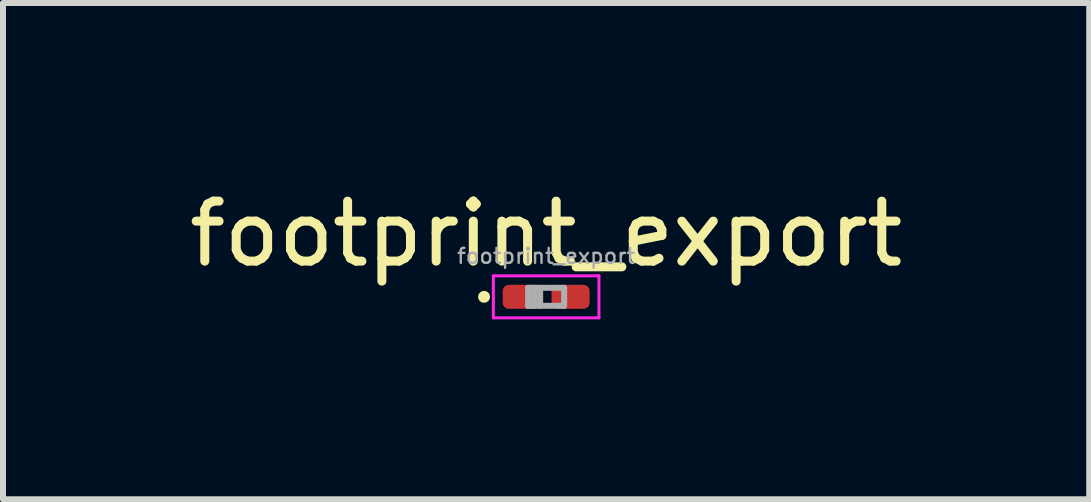
<source format=kicad_pcb>
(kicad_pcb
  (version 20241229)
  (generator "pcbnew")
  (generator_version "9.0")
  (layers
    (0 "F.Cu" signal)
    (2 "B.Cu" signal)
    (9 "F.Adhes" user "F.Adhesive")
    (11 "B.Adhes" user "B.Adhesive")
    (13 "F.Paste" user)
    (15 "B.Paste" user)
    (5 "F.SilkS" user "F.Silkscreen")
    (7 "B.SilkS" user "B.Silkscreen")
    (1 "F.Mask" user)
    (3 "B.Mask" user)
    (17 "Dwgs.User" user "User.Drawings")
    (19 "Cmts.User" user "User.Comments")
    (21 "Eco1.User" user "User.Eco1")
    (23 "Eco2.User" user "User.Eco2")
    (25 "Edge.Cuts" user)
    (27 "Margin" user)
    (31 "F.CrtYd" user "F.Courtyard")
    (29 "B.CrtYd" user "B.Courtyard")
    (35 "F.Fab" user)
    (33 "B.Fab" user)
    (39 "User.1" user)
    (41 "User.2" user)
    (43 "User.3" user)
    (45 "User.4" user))
  (footprint "footprint_export"
    (layer "F.Cu")
    (at 6.054 1.898)
    (property "Reference" "footprint_export" (at 0 -1.05 0) (layer "F.SilkS") (effects (font (size 1 1) (thickness 0.15))))
    (attr smd)
    (fp_circle (center -1.035 0) (end -0.985 0) (stroke (width 0.1) (type solid)) (fill no) (layer "F.SilkS"))
    (fp_line (start -0.88 -0.35) (end 0.88 -0.35) (stroke (width 0.05) (type solid)) (layer "F.CrtYd"))
    (fp_line (start -0.88 0.35) (end -0.88 -0.35) (stroke (width 0.05) (type solid)) (layer "F.CrtYd"))
    (fp_line (start 0.88 -0.35) (end 0.88 0.35) (stroke (width 0.05) (type solid)) (layer "F.CrtYd"))
    (fp_line (start 0.88 0.35) (end -0.88 0.35) (stroke (width 0.05) (type solid)) (layer "F.CrtYd"))
    (fp_line (start -0.3 -0.15) (end 0.3 -0.15) (stroke (width 0.1) (type solid)) (layer "F.Fab"))
    (fp_line (start -0.3 0.15) (end -0.3 -0.15) (stroke (width 0.1) (type solid)) (layer "F.Fab"))
    (fp_line (start -0.2 0.15) (end -0.2 -0.15) (stroke (width 0.1) (type solid)) (layer "F.Fab"))
    (fp_line (start -0.1 0.15) (end -0.1 -0.15) (stroke (width 0.1) (type solid)) (layer "F.Fab"))
    (fp_line (start 0.3 -0.15) (end 0.3 0.15) (stroke (width 0.1) (type solid)) (layer "F.Fab"))
    (fp_line (start 0.3 0.15) (end -0.3 0.15) (stroke (width 0.1) (type solid)) (layer "F.Fab"))
    (fp_text user "${REFERENCE}" (at 0 -0.68 0) (layer "F.Fab") (effects (font (size 0.25 0.25) (thickness 0.04))))
    (pad "" smd roundrect (at -0.432 0) (size 0.458 0.36) (layers "F.Paste") (roundrect_rratio 0.25))
    (pad "" smd roundrect (at 0.432 0) (size 0.458 0.36) (layers "F.Paste") (roundrect_rratio 0.25))
    (pad "1" smd roundrect (at -0.407 0) (size 0.635 0.4) (layers "F.Cu" "F.Mask") (roundrect_rratio 0.25))
    (pad "2" smd roundrect (at 0.407 0) (size 0.635 0.4) (layers "F.Cu" "F.Mask") (roundrect_rratio 0.25)))
  (gr_rect
    (start -3 -3)
    (end 15.107 5.273)
    (stroke (width 0.1) (type default))
    (fill no)
    (layer "Edge.Cuts")))
</source>
